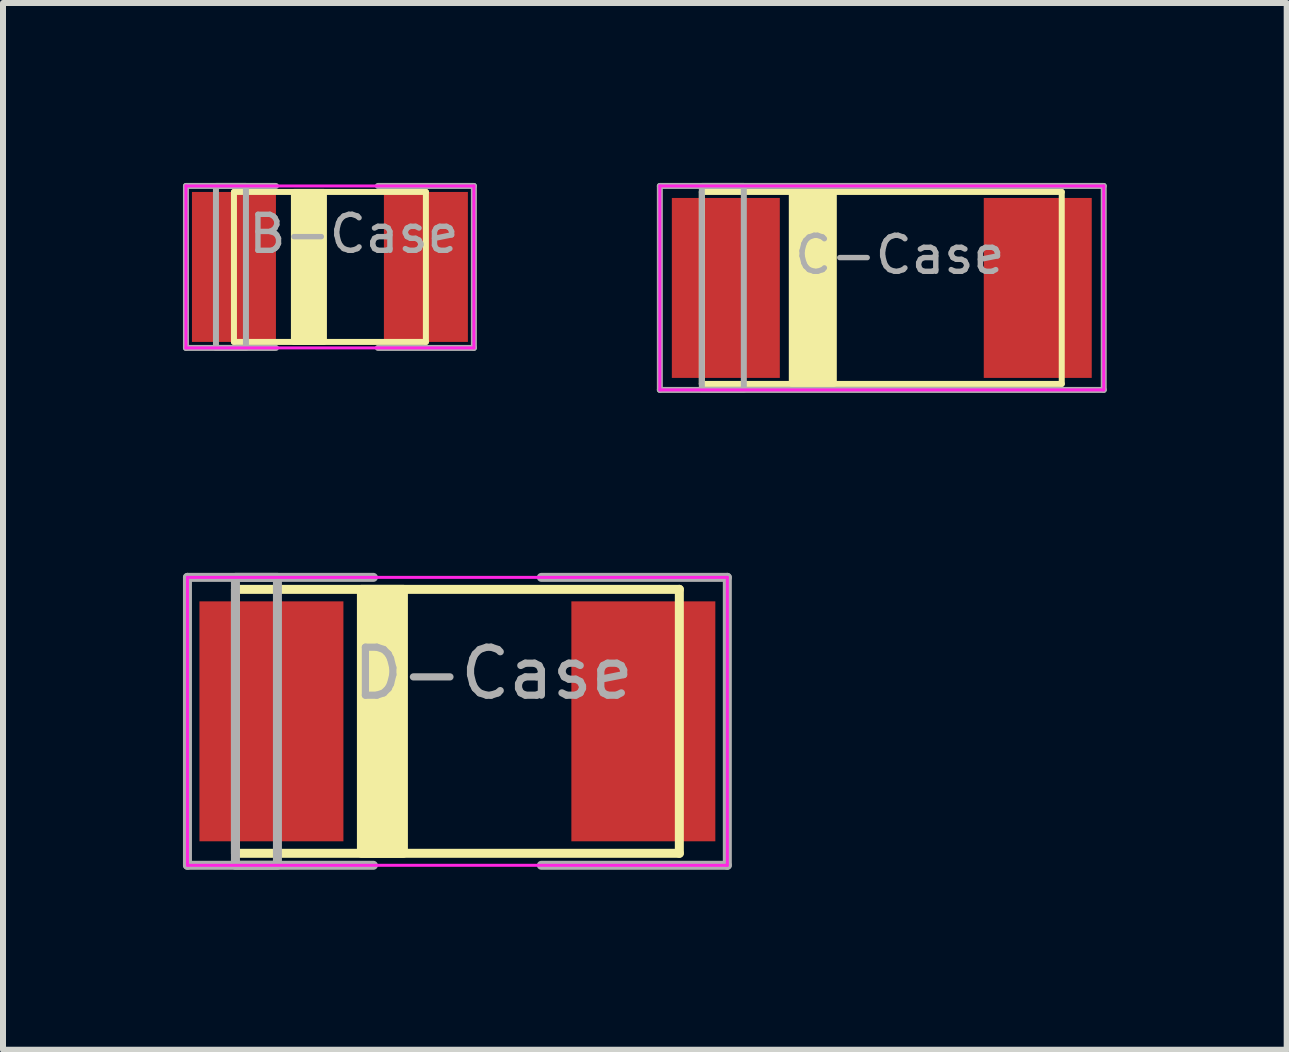
<source format=kicad_pcb>
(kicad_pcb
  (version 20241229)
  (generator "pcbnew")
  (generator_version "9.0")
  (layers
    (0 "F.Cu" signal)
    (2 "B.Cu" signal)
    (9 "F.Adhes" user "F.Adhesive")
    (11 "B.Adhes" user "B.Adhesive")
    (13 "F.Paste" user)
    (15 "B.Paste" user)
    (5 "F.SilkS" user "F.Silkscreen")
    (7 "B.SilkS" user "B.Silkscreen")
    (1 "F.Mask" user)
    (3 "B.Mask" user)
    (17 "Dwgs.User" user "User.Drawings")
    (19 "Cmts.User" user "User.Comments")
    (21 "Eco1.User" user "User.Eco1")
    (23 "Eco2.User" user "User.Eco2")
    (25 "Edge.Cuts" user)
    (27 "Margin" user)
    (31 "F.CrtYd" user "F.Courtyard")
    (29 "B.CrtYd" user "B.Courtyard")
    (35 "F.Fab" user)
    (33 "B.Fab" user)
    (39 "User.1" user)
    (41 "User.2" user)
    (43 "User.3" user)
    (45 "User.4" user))
  (footprint "B-Case"
    (layer "F.Cu")
    (at 2.45 1.4)
    (property "Reference" "B-Case" (at 0.4 -0.55 0) (layer "F.Fab") (effects (font (size 0.6 0.6) (thickness 0.09))))
    (attr smd)
    (fp_line (start -1.6 -1.25) (end 1.6 -1.25) (stroke (width 0.1) (type solid)) (layer "F.SilkS"))
    (fp_line (start -1.6 1.25) (end -1.6 -1.25) (stroke (width 0.1) (type solid)) (layer "F.SilkS"))
    (fp_line (start 1.6 -1.25) (end 1.6 1.25) (stroke (width 0.1) (type solid)) (layer "F.SilkS"))
    (fp_line (start 1.6 1.25) (end -1.6 1.25) (stroke (width 0.1) (type solid)) (layer "F.SilkS"))
    (fp_poly (pts (xy -0.6 -1.25) (xy -0.1 -1.25) (xy -0.1 1.25) (xy -0.6 1.25)) (stroke (width 0.1) (type solid)) (fill yes) (layer "F.SilkS"))
    (fp_line (start -2.4 -1.35) (end 2.4 -1.35) (stroke (width 0.05) (type solid)) (layer "F.CrtYd"))
    (fp_line (start -2.4 1.35) (end -2.4 -1.35) (stroke (width 0.05) (type solid)) (layer "F.CrtYd"))
    (fp_line (start 2.4 -1.35) (end 2.4 1.35) (stroke (width 0.05) (type solid)) (layer "F.CrtYd"))
    (fp_line (start 2.4 1.35) (end -2.4 1.35) (stroke (width 0.05) (type solid)) (layer "F.CrtYd"))
    (fp_line (start -2.4 -1.35) (end -2.4 1.35) (stroke (width 0.1) (type solid)) (layer "F.Fab"))
    (fp_line (start -2.4 1.35) (end -0.9 1.35) (stroke (width 0.1) (type solid)) (layer "F.Fab"))
    (fp_line (start -0.9 -1.35) (end -2.4 -1.35) (stroke (width 0.1) (type solid)) (layer "F.Fab"))
    (fp_line (start 0.8 -1.35) (end 2.4 -1.35) (stroke (width 0.1) (type solid)) (layer "F.Fab"))
    (fp_line (start 2.4 -1.35) (end 2.4 1.35) (stroke (width 0.1) (type solid)) (layer "F.Fab"))
    (fp_line (start 2.4 1.35) (end 0.8 1.35) (stroke (width 0.1) (type solid)) (layer "F.Fab"))
    (fp_poly (pts (xy -1.9 -1.35) (xy -1.9 1.35) (xy -1.4 1.35) (xy -1.4 -1.35)) (stroke (width 0.1) (type solid)) (fill no) (layer "F.Fab"))
    (pad "1" smd rect (at -1.6 0) (size 1.4 2.5) (layers "F.Cu" "F.Mask" "F.Paste"))
    (pad "2" smd rect (at 1.6 0) (size 1.4 2.5) (layers "F.Cu" "F.Mask" "F.Paste")))
  (footprint "D-Case"
    (layer "F.Cu")
    (at 4.575 8.975)
    (property "Reference" "D-Case" (at 0.6 -0.8 0) (layer "F.Fab") (effects (font (size 0.8 0.8) (thickness 0.12))))
    (attr smd)
    (fp_line (start -3.7 -2.2) (end 3.7 -2.2) (stroke (width 0.15) (type solid)) (layer "F.SilkS"))
    (fp_line (start -3.7 2.2) (end -3.7 -2.2) (stroke (width 0.15) (type solid)) (layer "F.SilkS"))
    (fp_line (start -3.7 2.2) (end 3.7 2.2) (stroke (width 0.15) (type solid)) (layer "F.SilkS"))
    (fp_line (start 3.7 2.2) (end 3.7 -2.2) (stroke (width 0.15) (type solid)) (layer "F.SilkS"))
    (fp_poly (pts (xy -1.6 -2.2) (xy -0.9 -2.2) (xy -0.9 2.2) (xy -1.6 2.2)) (stroke (width 0.15) (type solid)) (fill yes) (layer "F.SilkS"))
    (fp_line (start -4.5 -2.4) (end -4.5 2.4) (stroke (width 0.05) (type solid)) (layer "F.CrtYd"))
    (fp_line (start -4.5 -2.4) (end 4.5 -2.4) (stroke (width 0.05) (type solid)) (layer "F.CrtYd"))
    (fp_line (start -4.5 2.4) (end 4.5 2.4) (stroke (width 0.05) (type solid)) (layer "F.CrtYd"))
    (fp_line (start 4.5 -2.4) (end 4.5 2.4) (stroke (width 0.05) (type solid)) (layer "F.CrtYd"))
    (fp_line (start -4.5 -2.4) (end -4.5 2.4) (stroke (width 0.15) (type solid)) (layer "F.Fab"))
    (fp_line (start -1.4 -2.4) (end -4.5 -2.4) (stroke (width 0.15) (type solid)) (layer "F.Fab"))
    (fp_line (start -1.4 2.4) (end -4.5 2.4) (stroke (width 0.15) (type solid)) (layer "F.Fab"))
    (fp_line (start 4.5 -2.4) (end 1.4 -2.4) (stroke (width 0.15) (type solid)) (layer "F.Fab"))
    (fp_line (start 4.5 -2.4) (end 4.5 2.4) (stroke (width 0.15) (type solid)) (layer "F.Fab"))
    (fp_line (start 4.5 2.4) (end 1.4 2.4) (stroke (width 0.15) (type solid)) (layer "F.Fab"))
    (fp_poly (pts (xy -3.7 -2.4) (xy -3.7 2.4) (xy -3 2.4) (xy -3 -2.4)) (stroke (width 0.15) (type solid)) (fill no) (layer "F.Fab"))
    (pad "1" smd rect (at -3.1 0) (size 2.4 4) (layers "F.Cu" "F.Mask" "F.Paste"))
    (pad "2" smd rect (at 3.1 0) (size 2.4 4) (layers "F.Cu" "F.Mask" "F.Paste")))
  (footprint "C-Case"
    (layer "F.Cu")
    (at 11.65 1.75)
    (property "Reference" "C-Case" (at 0.3 -0.55 0) (layer "F.Fab") (effects (font (size 0.6 0.6) (thickness 0.09))))
    (attr smd)
    (fp_line (start -3 -1.6) (end 3 -1.6) (stroke (width 0.1) (type solid)) (layer "F.SilkS"))
    (fp_line (start -3 1.6) (end -3 -1.6) (stroke (width 0.1) (type solid)) (layer "F.SilkS"))
    (fp_line (start -3 1.6) (end 3 1.6) (stroke (width 0.1) (type solid)) (layer "F.SilkS"))
    (fp_line (start 3 1.6) (end 3 -1.6) (stroke (width 0.1) (type solid)) (layer "F.SilkS"))
    (fp_poly (pts (xy -1.5 -1.6) (xy -0.8 -1.6) (xy -0.8 1.6) (xy -1.5 1.6)) (stroke (width 0.1) (type solid)) (fill yes) (layer "F.SilkS"))
    (fp_line (start -3.7 1.7) (end -3.7 -1.7) (stroke (width 0.05) (type solid)) (layer "F.CrtYd"))
    (fp_line (start 3.7 -1.7) (end -3.7 -1.7) (stroke (width 0.05) (type solid)) (layer "F.CrtYd"))
    (fp_line (start 3.7 1.7) (end -3.7 1.7) (stroke (width 0.05) (type solid)) (layer "F.CrtYd"))
    (fp_line (start 3.7 1.7) (end 3.7 -1.7) (stroke (width 0.05) (type solid)) (layer "F.CrtYd"))
    (fp_line (start -3.7 -1.7) (end -3.7 1.7) (stroke (width 0.1) (type solid)) (layer "F.Fab"))
    (fp_line (start 3.7 -1.7) (end -3.7 -1.7) (stroke (width 0.1) (type solid)) (layer "F.Fab"))
    (fp_line (start 3.7 -1.7) (end 3.7 1.7) (stroke (width 0.1) (type solid)) (layer "F.Fab"))
    (fp_line (start 3.7 1.7) (end -3.7 1.7) (stroke (width 0.1) (type solid)) (layer "F.Fab"))
    (fp_poly (pts (xy -3 -1.7) (xy -3 1.7) (xy -2.3 1.7) (xy -2.3 -1.7)) (stroke (width 0.1) (type solid)) (fill no) (layer "F.Fab"))
    (pad "1" smd rect (at -2.6 0) (size 1.8 3) (layers "F.Cu" "F.Mask" "F.Paste"))
    (pad "2" smd rect (at 2.6 0) (size 1.8 3) (layers "F.Cu" "F.Mask" "F.Paste")))
  (gr_rect
    (start -3 -3)
    (end 18.4 14.45)
    (stroke (width 0.1) (type default))
    (fill no)
    (layer "Edge.Cuts")))
</source>
